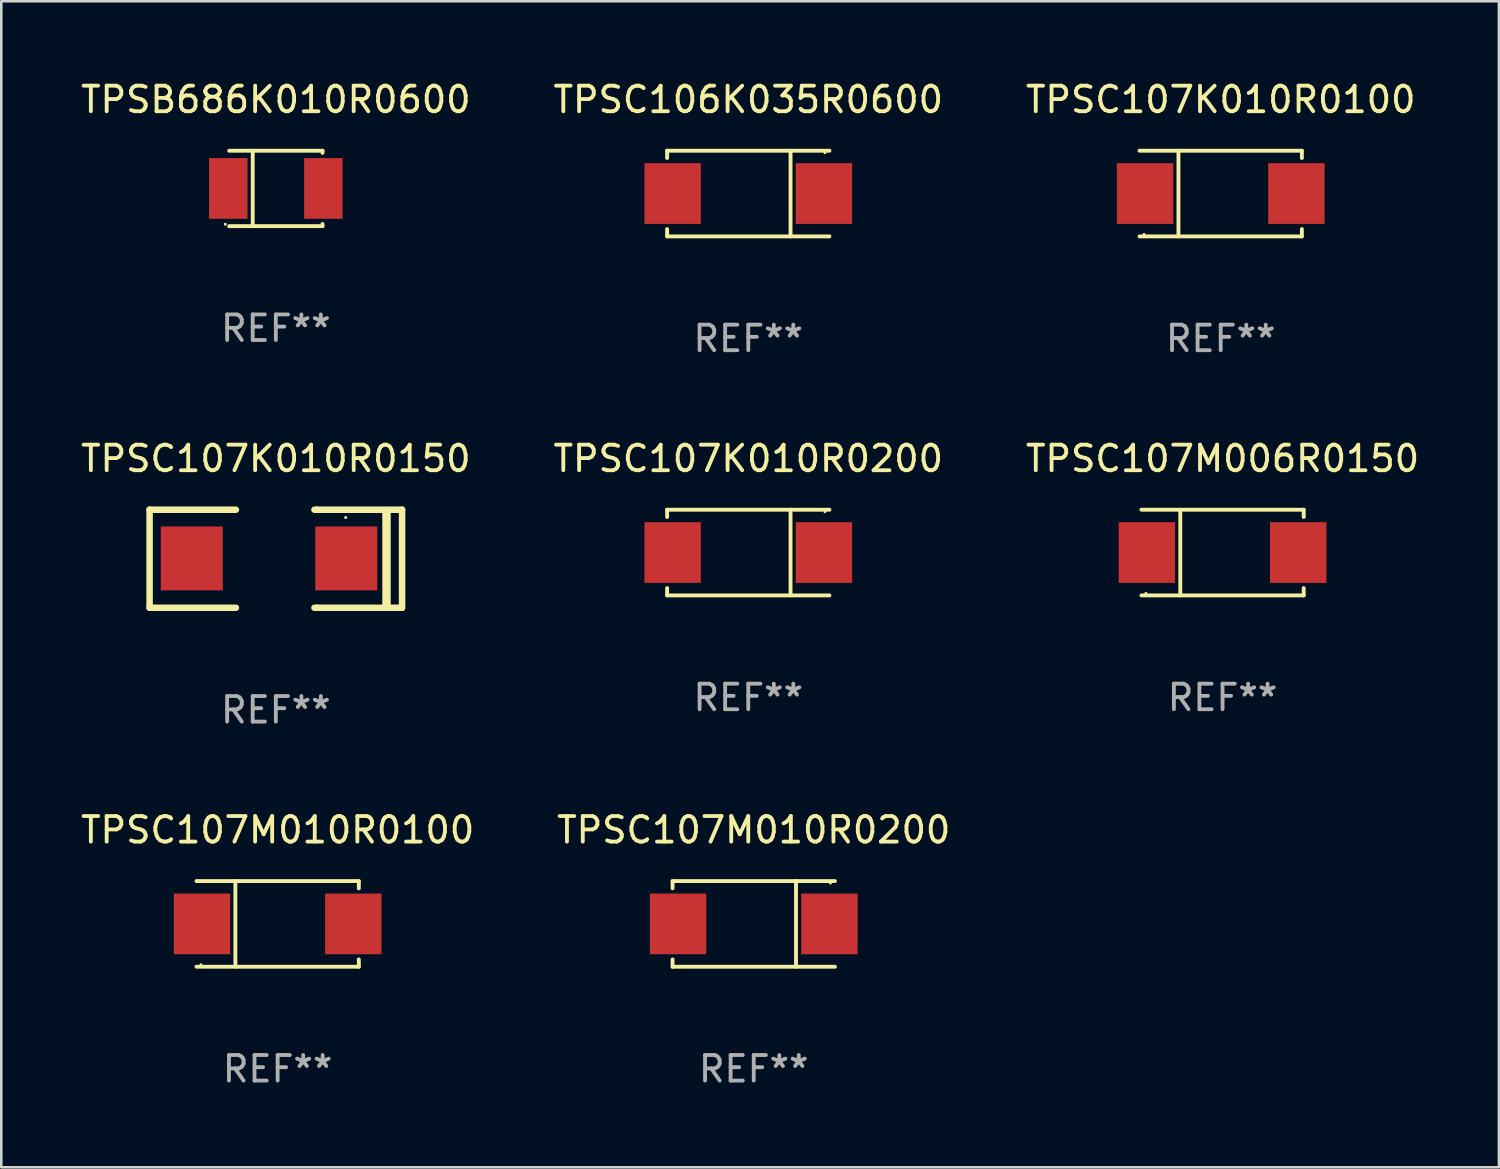
<source format=kicad_pcb>
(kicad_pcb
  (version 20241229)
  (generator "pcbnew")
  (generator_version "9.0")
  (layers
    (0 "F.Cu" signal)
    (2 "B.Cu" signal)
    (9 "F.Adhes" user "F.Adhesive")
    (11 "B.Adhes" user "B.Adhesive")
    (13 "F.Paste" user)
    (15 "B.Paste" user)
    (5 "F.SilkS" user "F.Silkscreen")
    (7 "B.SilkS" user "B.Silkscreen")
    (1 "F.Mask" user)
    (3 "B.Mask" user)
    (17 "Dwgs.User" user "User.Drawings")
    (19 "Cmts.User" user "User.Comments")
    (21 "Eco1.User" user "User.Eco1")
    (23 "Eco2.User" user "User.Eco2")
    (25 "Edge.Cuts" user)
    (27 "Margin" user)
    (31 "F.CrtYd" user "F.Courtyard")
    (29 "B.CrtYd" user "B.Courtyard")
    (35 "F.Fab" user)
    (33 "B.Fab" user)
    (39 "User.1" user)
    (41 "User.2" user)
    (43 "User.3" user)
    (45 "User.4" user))
  (footprint "TPSC106K035R0600"
    (layer "F.Cu")
    (at 26.232 4.524)
    (property "Reference" "TPSC106K035R0600" (at 0 -3.676 0) (layer "F.SilkS") (effects (font (size 1 1) (thickness 0.15))))
    (attr through_hole)
    (fp_line (start -3.176 -1.676) (end -3.176 -1.391) (stroke (width 0.152) (type solid)) (layer "F.SilkS"))
    (fp_line (start -3.176 -1.676) (end 3.176 -1.676) (stroke (width 0.152) (type solid)) (layer "F.SilkS"))
    (fp_line (start -3.176 1.676) (end -3.176 1.391) (stroke (width 0.152) (type solid)) (layer "F.SilkS"))
    (fp_line (start -3.176 1.676) (end 3.176 1.676) (stroke (width 0.152) (type solid)) (layer "F.SilkS"))
    (fp_line (start 1.654 -1.676) (end 1.654 1.676) (stroke (width 0.152) (type solid)) (layer "F.SilkS"))
    (fp_circle (center 3 -1.6) (end 3.03 -1.6) (stroke (width 0.06) (type solid)) (fill no) (layer "F.SilkS"))
    (fp_text user "REF**" (at 0 5.676 0) (layer "F.Fab") (effects (font (size 1 1) (thickness 0.15))))
    (pad "1" smd rect (at 2.961 0) (size 2.207 2.376) (layers "F.Cu" "F.Mask" "F.Paste"))
    (pad "2" smd rect (at -2.961 0) (size 2.207 2.376) (layers "F.Cu" "F.Mask" "F.Paste")))
  (footprint "TPSC107K010R0200"
    (layer "F.Cu")
    (at 26.232 18.573)
    (property "Reference" "TPSC107K010R0200" (at 0 -3.676 0) (layer "F.SilkS") (effects (font (size 1 1) (thickness 0.15))))
    (attr through_hole)
    (fp_line (start -3.176 -1.676) (end -3.176 -1.391) (stroke (width 0.152) (type solid)) (layer "F.SilkS"))
    (fp_line (start -3.176 -1.676) (end 3.176 -1.676) (stroke (width 0.152) (type solid)) (layer "F.SilkS"))
    (fp_line (start -3.176 1.676) (end -3.176 1.391) (stroke (width 0.152) (type solid)) (layer "F.SilkS"))
    (fp_line (start -3.176 1.676) (end 3.176 1.676) (stroke (width 0.152) (type solid)) (layer "F.SilkS"))
    (fp_line (start 1.654 -1.676) (end 1.654 1.676) (stroke (width 0.152) (type solid)) (layer "F.SilkS"))
    (fp_circle (center 3 -1.6) (end 3.03 -1.6) (stroke (width 0.06) (type solid)) (fill no) (layer "F.SilkS"))
    (fp_text user "REF**" (at 0 5.676 0) (layer "F.Fab") (effects (font (size 1 1) (thickness 0.15))))
    (pad "1" smd rect (at 2.961 0) (size 2.207 2.376) (layers "F.Cu" "F.Mask" "F.Paste"))
    (pad "2" smd rect (at -2.961 0) (size 2.207 2.376) (layers "F.Cu" "F.Mask" "F.Paste")))
  (footprint "TPSC107K010R0150"
    (layer "F.Cu")
    (at 7.744 18.815)
    (property "Reference" "TPSC107K010R0150" (at 0 -3.918 0) (layer "F.SilkS") (effects (font (size 1 1) (thickness 0.15))))
    (attr through_hole)
    (fp_line (start -4.94 -1.918) (end -1.562 -1.918) (stroke (width 0.254) (type solid)) (layer "F.SilkS"))
    (fp_line (start -4.94 1.918) (end -4.94 -1.918) (stroke (width 0.254) (type solid)) (layer "F.SilkS"))
    (fp_line (start -1.562 1.918) (end -4.94 1.918) (stroke (width 0.254) (type solid)) (layer "F.SilkS"))
    (fp_line (start 1.511 -1.918) (end 1.613 -1.918) (stroke (width 0.254) (type solid)) (layer "F.SilkS"))
    (fp_line (start 1.613 -1.918) (end 4.94 -1.918) (stroke (width 0.254) (type solid)) (layer "F.SilkS"))
    (fp_line (start 1.613 1.918) (end 1.511 1.918) (stroke (width 0.254) (type solid)) (layer "F.SilkS"))
    (fp_line (start 4.331 1.867) (end 4.331 -1.867) (stroke (width 0.33) (type solid)) (layer "F.SilkS"))
    (fp_line (start 4.94 -1.918) (end 4.94 1.918) (stroke (width 0.254) (type solid)) (layer "F.SilkS"))
    (fp_line (start 4.94 1.918) (end 1.613 1.918) (stroke (width 0.254) (type solid)) (layer "F.SilkS"))
    (fp_circle (center 2.733 -1.613) (end 2.763 -1.613) (stroke (width 0.06) (type solid)) (fill no) (layer "F.SilkS"))
    (fp_text user "REF**" (at 0 5.918 0) (layer "F.Fab") (effects (font (size 1 1) (thickness 0.15))))
    (pad "1" smd rect (at 2.756 -0.013 180) (size 2.426 2.5) (layers "F.Cu" "F.Mask" "F.Paste"))
    (pad "2" smd rect (at -3.289 -0.013 180) (size 2.426 2.5) (layers "F.Cu" "F.Mask" "F.Paste")))
  (footprint "TPSC107M010R0200"
    (layer "F.Cu")
    (at 26.446 33.105)
    (property "Reference" "TPSC107M010R0200" (at 0 -3.676 0) (layer "F.SilkS") (effects (font (size 1 1) (thickness 0.15))))
    (attr through_hole)
    (fp_line (start -3.176 -1.676) (end -3.176 -1.391) (stroke (width 0.152) (type solid)) (layer "F.SilkS"))
    (fp_line (start -3.176 -1.676) (end 3.176 -1.676) (stroke (width 0.152) (type solid)) (layer "F.SilkS"))
    (fp_line (start -3.176 1.676) (end -3.176 1.391) (stroke (width 0.152) (type solid)) (layer "F.SilkS"))
    (fp_line (start -3.176 1.676) (end 3.176 1.676) (stroke (width 0.152) (type solid)) (layer "F.SilkS"))
    (fp_line (start 1.654 -1.676) (end 1.654 1.676) (stroke (width 0.152) (type solid)) (layer "F.SilkS"))
    (fp_circle (center 3 -1.6) (end 3.03 -1.6) (stroke (width 0.06) (type solid)) (fill no) (layer "F.SilkS"))
    (fp_text user "REF**" (at 0 5.676 0) (layer "F.Fab") (effects (font (size 1 1) (thickness 0.15))))
    (pad "1" smd rect (at 2.961 0) (size 2.207 2.376) (layers "F.Cu" "F.Mask" "F.Paste"))
    (pad "2" smd rect (at -2.961 0) (size 2.207 2.376) (layers "F.Cu" "F.Mask" "F.Paste")))
  (footprint "TPSC107M010R0100"
    (layer "F.Cu")
    (at 7.815 33.105)
    (property "Reference" "TPSC107M010R0100" (at 0 -3.676 0) (layer "F.SilkS") (effects (font (size 1 1) (thickness 0.15))))
    (attr through_hole)
    (fp_line (start -1.654 1.676) (end -1.654 -1.676) (stroke (width 0.152) (type solid)) (layer "F.SilkS"))
    (fp_line (start 3.176 -1.676) (end -3.176 -1.676) (stroke (width 0.152) (type solid)) (layer "F.SilkS"))
    (fp_line (start 3.176 -1.676) (end 3.176 -1.391) (stroke (width 0.152) (type solid)) (layer "F.SilkS"))
    (fp_line (start 3.176 1.676) (end -3.176 1.676) (stroke (width 0.152) (type solid)) (layer "F.SilkS"))
    (fp_line (start 3.176 1.676) (end 3.176 1.391) (stroke (width 0.152) (type solid)) (layer "F.SilkS"))
    (fp_circle (center -3 1.6) (end -2.97 1.6) (stroke (width 0.06) (type solid)) (fill no) (layer "F.SilkS"))
    (fp_text user "REF**" (at 0 5.676 0) (layer "F.Fab") (effects (font (size 1 1) (thickness 0.15))))
    (pad "1" smd rect (at -2.961 -0.000051 180) (size 2.207 2.376) (layers "F.Cu" "F.Mask" "F.Paste"))
    (pad "2" smd rect (at 2.961 -0.000051 180) (size 2.207 2.376) (layers "F.Cu" "F.Mask" "F.Paste")))
  (footprint "TPSC107K010R0100"
    (layer "F.Cu")
    (at 44.72 4.524)
    (property "Reference" "TPSC107K010R0100" (at 0 -3.676 0) (layer "F.SilkS") (effects (font (size 1 1) (thickness 0.15))))
    (attr through_hole)
    (fp_line (start -1.654 1.676) (end -1.654 -1.676) (stroke (width 0.152) (type solid)) (layer "F.SilkS"))
    (fp_line (start 3.176 -1.676) (end -3.176 -1.676) (stroke (width 0.152) (type solid)) (layer "F.SilkS"))
    (fp_line (start 3.176 -1.676) (end 3.176 -1.391) (stroke (width 0.152) (type solid)) (layer "F.SilkS"))
    (fp_line (start 3.176 1.676) (end -3.176 1.676) (stroke (width 0.152) (type solid)) (layer "F.SilkS"))
    (fp_line (start 3.176 1.676) (end 3.176 1.391) (stroke (width 0.152) (type solid)) (layer "F.SilkS"))
    (fp_circle (center -3 1.6) (end -2.97 1.6) (stroke (width 0.06) (type solid)) (fill no) (layer "F.SilkS"))
    (fp_text user "REF**" (at 0 5.676 0) (layer "F.Fab") (effects (font (size 1 1) (thickness 0.15))))
    (pad "1" smd rect (at -2.961 -0.000051 180) (size 2.207 2.376) (layers "F.Cu" "F.Mask" "F.Paste"))
    (pad "2" smd rect (at 2.961 -0.000051 180) (size 2.207 2.376) (layers "F.Cu" "F.Mask" "F.Paste")))
  (footprint "TPSC107M006R0150"
    (layer "F.Cu")
    (at 44.792 18.573)
    (property "Reference" "TPSC107M006R0150" (at 0 -3.676 0) (layer "F.SilkS") (effects (font (size 1 1) (thickness 0.15))))
    (attr through_hole)
    (fp_line (start -1.654 1.676) (end -1.654 -1.676) (stroke (width 0.152) (type solid)) (layer "F.SilkS"))
    (fp_line (start 3.176 -1.676) (end -3.176 -1.676) (stroke (width 0.152) (type solid)) (layer "F.SilkS"))
    (fp_line (start 3.176 -1.676) (end 3.176 -1.391) (stroke (width 0.152) (type solid)) (layer "F.SilkS"))
    (fp_line (start 3.176 1.676) (end -3.176 1.676) (stroke (width 0.152) (type solid)) (layer "F.SilkS"))
    (fp_line (start 3.176 1.676) (end 3.176 1.391) (stroke (width 0.152) (type solid)) (layer "F.SilkS"))
    (fp_circle (center -3 1.6) (end -2.97 1.6) (stroke (width 0.06) (type solid)) (fill no) (layer "F.SilkS"))
    (fp_text user "REF**" (at 0 5.676 0) (layer "F.Fab") (effects (font (size 1 1) (thickness 0.15))))
    (pad "1" smd rect (at -2.961 -0.000051 180) (size 2.207 2.376) (layers "F.Cu" "F.Mask" "F.Paste"))
    (pad "2" smd rect (at 2.961 -0.000051 180) (size 2.207 2.376) (layers "F.Cu" "F.Mask" "F.Paste")))
  (footprint "TPSB686K010R0600"
    (layer "F.Cu")
    (at 7.744 4.324)
    (property "Reference" "TPSB686K010R0600" (at 0 -3.476 0) (layer "F.SilkS") (effects (font (size 1 1) (thickness 0.15))))
    (attr through_hole)
    (fp_line (start -0.904 1.476) (end -0.904 -1.476) (stroke (width 0.152) (type solid)) (layer "F.SilkS"))
    (fp_line (start 1.826 -1.476) (end -1.826 -1.476) (stroke (width 0.152) (type solid)) (layer "F.SilkS"))
    (fp_line (start 1.826 -1.476) (end 1.826 -1.391) (stroke (width 0.152) (type solid)) (layer "F.SilkS"))
    (fp_line (start 1.826 1.476) (end -1.826 1.476) (stroke (width 0.152) (type solid)) (layer "F.SilkS"))
    (fp_line (start 1.826 1.476) (end 1.826 1.391) (stroke (width 0.152) (type solid)) (layer "F.SilkS"))
    (fp_circle (center -1.98 1.4) (end -1.95 1.4) (stroke (width 0.06) (type solid)) (fill no) (layer "F.SilkS"))
    (fp_text user "REF**" (at 0 5.476 0) (layer "F.Fab") (effects (font (size 1 1) (thickness 0.15))))
    (pad "1" smd rect (at -1.861 0 180) (size 1.506 2.376) (layers "F.Cu" "F.Mask" "F.Paste"))
    (pad "2" smd rect (at 1.861 0 180) (size 1.506 2.376) (layers "F.Cu" "F.Mask" "F.Paste")))
  (gr_rect
    (start -3 -3)
    (end 55.607 42.63)
    (stroke (width 0.1) (type default))
    (fill no)
    (layer "Edge.Cuts")))
</source>
